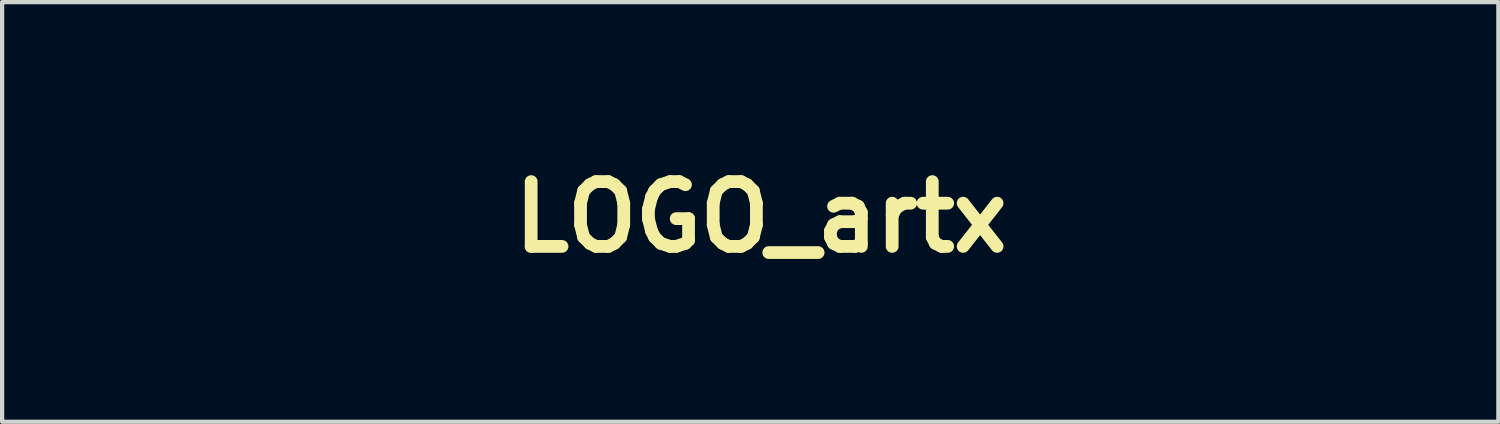
<source format=kicad_pcb>
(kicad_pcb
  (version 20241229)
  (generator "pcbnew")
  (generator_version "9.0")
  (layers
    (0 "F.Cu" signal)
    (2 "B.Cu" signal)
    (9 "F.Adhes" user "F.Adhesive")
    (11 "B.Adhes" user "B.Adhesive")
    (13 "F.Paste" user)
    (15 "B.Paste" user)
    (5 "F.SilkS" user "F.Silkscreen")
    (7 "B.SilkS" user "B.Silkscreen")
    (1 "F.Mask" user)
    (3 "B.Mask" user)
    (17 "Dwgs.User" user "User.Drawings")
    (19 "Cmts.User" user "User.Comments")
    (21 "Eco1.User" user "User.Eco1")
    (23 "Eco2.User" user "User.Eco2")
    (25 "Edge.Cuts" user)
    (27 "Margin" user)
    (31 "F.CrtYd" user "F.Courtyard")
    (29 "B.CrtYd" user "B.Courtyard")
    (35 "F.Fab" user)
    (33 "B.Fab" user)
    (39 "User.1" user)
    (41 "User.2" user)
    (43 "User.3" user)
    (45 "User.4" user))
  (footprint "LOGO_artx"
    (layer "F.Cu")
    (at 14.85 2.056)
    (property "Reference" "LOGO_artx" (at 0 0 0) (layer "F.SilkS") (effects (font (size 1.524 1.524) (thickness 0.3))))
    (attr board_only exclude_from_pos_files exclude_from_bom)
    (fp_poly (pts (xy -14.773 -1.539) (xy -14.774 -1.509) (xy -14.779 -1.503) (xy -14.807 -1.495) (xy -14.827 -1.512) (xy -14.841 -1.542) (xy -14.828 -1.558) (xy -14.796 -1.56)) (stroke (width 0) (type solid)) (fill yes) (layer "F.Mask"))
    (fp_poly (pts (xy -14.766 0.225) (xy -14.748 0.249) (xy -14.75 0.26) (xy -14.776 0.287) (xy -14.814 0.291) (xy -14.84 0.275) (xy -14.841 0.24) (xy -14.833 0.228) (xy -14.8 0.216)) (stroke (width 0) (type solid)) (fill yes) (layer "F.Mask"))
    (fp_poly (pts (xy -4.326 -1.728) (xy -4.28 -1.691) (xy -4.261 -1.665) (xy -4.248 -1.632) (xy -4.241 -1.583) (xy -4.238 -1.509) (xy -4.237 -1.415) (xy -4.237 -1.186) (xy -3.305 -1.186) (xy -3.305 -1.331) (xy -3.305 -1.356) (xy -3.114 -1.356) (xy -3.114 -0.826) (xy -1.525 -0.826) (xy -1.525 -0.996) (xy -1.335 -0.996) (xy -1.335 -0.72) (xy -1.059 -0.72) (xy -1.059 -0.996) (xy -1.335 -0.996) (xy -1.525 -0.996) (xy -1.525 -1.356) (xy -3.114 -1.356) (xy -3.305 -1.356) (xy -3.306 -1.381) (xy -3.306 -1.423) (xy -3.301 -1.457) (xy -3.289 -1.484) (xy -3.266 -1.505) (xy -3.227 -1.521) (xy -3.171 -1.532) (xy -3.092 -1.54) (xy -2.987 -1.544) (xy -2.854 -1.546) (xy -2.688 -1.547) (xy -2.486 -1.547) (xy -2.306 -1.546) (xy -2.068 -1.546) (xy -1.87 -1.545) (xy -1.708 -1.543) (xy -1.581 -1.541) (xy -1.485 -1.537) (xy -1.418 -1.533) (xy -1.377 -1.527) (xy -1.36 -1.521) (xy -1.346 -1.486) (xy -1.337 -1.418) (xy -1.335 -1.341) (xy -1.335 -1.186) (xy -1.155 -1.186) (xy -1.047 -1.183) (xy -0.973 -1.17) (xy -0.927 -1.139) (xy -0.902 -1.084) (xy -0.891 -0.999) (xy -0.89 -0.907) (xy -0.89 -0.72) (xy -0.702 -0.72) (xy -0.609 -0.719) (xy -0.548 -0.714) (xy -0.51 -0.703) (xy -0.483 -0.684) (xy -0.476 -0.677) (xy -0.462 -0.66) (xy -0.458 -0.643) (xy -0.465 -0.621) (xy -0.488 -0.589) (xy -0.53 -0.542) (xy -0.595 -0.475) (xy -0.686 -0.384) (xy -0.689 -0.38) (xy -0.789 -0.283) (xy -0.873 -0.206) (xy -0.937 -0.154) (xy -0.977 -0.129) (xy -0.984 -0.127) (xy -1.016 -0.142) (xy -1.072 -0.186) (xy -1.15 -0.256) (xy -1.245 -0.348) (xy -1.279 -0.381) (xy -1.447 -0.551) (xy -1.217 -0.551) (xy -1.102 -0.434) (xy -1.046 -0.379) (xy -1.001 -0.338) (xy -0.976 -0.318) (xy -0.974 -0.318) (xy -0.955 -0.332) (xy -0.914 -0.369) (xy -0.86 -0.422) (xy -0.847 -0.434) (xy -0.732 -0.551) (xy -1.217 -0.551) (xy -1.447 -0.551) (xy -1.531 -0.636) (xy -2.383 -0.636) (xy -2.605 -0.635) (xy -2.788 -0.635) (xy -2.937 -0.637) (xy -3.054 -0.64) (xy -3.143 -0.646) (xy -3.209 -0.655) (xy -3.254 -0.669) (xy -3.282 -0.689) (xy -3.298 -0.715) (xy -3.305 -0.748) (xy -3.306 -0.79) (xy -3.305 -0.84) (xy -3.305 -0.854) (xy -3.305 -0.996) (xy -4.237 -0.996) (xy -4.237 -0.767) (xy -4.238 -0.662) (xy -4.241 -0.592) (xy -4.249 -0.545) (xy -4.263 -0.513) (xy -4.28 -0.491) (xy -4.337 -0.452) (xy -4.391 -0.452) (xy -4.437 -0.492) (xy -4.447 -0.512) (xy -4.455 -0.544) (xy -4.461 -0.591) (xy -4.465 -0.66) (xy -4.468 -0.754) (xy -4.469 -0.88) (xy -4.47 -1.042) (xy -4.47 -1.096) (xy -4.47 -1.264) (xy -4.469 -1.395) (xy -4.467 -1.494) (xy -4.465 -1.567) (xy -4.46 -1.617) (xy -4.454 -1.651) (xy -4.445 -1.673) (xy -4.433 -1.689) (xy -4.428 -1.695) (xy -4.375 -1.732)) (stroke (width 0) (type solid)) (fill yes) (layer "F.Mask"))
    (fp_poly (pts (xy 10.477 -1.705) (xy 10.515 -1.677) (xy 10.531 -1.651) (xy 10.541 -1.61) (xy 10.547 -1.546) (xy 10.55 -1.451) (xy 10.55 -1.402) (xy 10.55 -1.165) (xy 11.482 -1.165) (xy 11.482 -1.324) (xy 11.483 -1.407) (xy 11.489 -1.458) (xy 11.502 -1.489) (xy 11.526 -1.511) (xy 11.53 -1.514) (xy 11.548 -1.522) (xy 11.576 -1.528) (xy 11.619 -1.534) (xy 11.681 -1.538) (xy 11.764 -1.541) (xy 11.874 -1.544) (xy 12.013 -1.546) (xy 12.186 -1.547) (xy 12.396 -1.548) (xy 12.486 -1.548) (xy 12.727 -1.548) (xy 12.929 -1.548) (xy 13.092 -1.546) (xy 13.22 -1.544) (xy 13.314 -1.54) (xy 13.377 -1.535) (xy 13.411 -1.53) (xy 13.417 -1.526) (xy 13.43 -1.495) (xy 13.442 -1.433) (xy 13.451 -1.353) (xy 13.452 -1.339) (xy 13.463 -1.176) (xy 13.642 -1.17) (xy 13.749 -1.164) (xy 13.822 -1.15) (xy 13.865 -1.121) (xy 13.888 -1.07) (xy 13.896 -0.989) (xy 13.897 -0.908) (xy 13.897 -0.72) (xy 14.072 -0.72) (xy 14.197 -0.713) (xy 14.284 -0.693) (xy 14.332 -0.659) (xy 14.342 -0.628) (xy 14.327 -0.604) (xy 14.287 -0.557) (xy 14.229 -0.494) (xy 14.157 -0.421) (xy 14.08 -0.343) (xy 14.001 -0.268) (xy 13.929 -0.2) (xy 13.869 -0.147) (xy 13.827 -0.114) (xy 13.811 -0.106) (xy 13.787 -0.12) (xy 13.739 -0.16) (xy 13.673 -0.22) (xy 13.594 -0.296) (xy 13.529 -0.36) (xy 13.337 -0.551) (xy 13.57 -0.551) (xy 13.685 -0.434) (xy 13.741 -0.379) (xy 13.785 -0.338) (xy 13.81 -0.318) (xy 13.812 -0.318) (xy 13.832 -0.332) (xy 13.873 -0.369) (xy 13.927 -0.422) (xy 13.939 -0.434) (xy 14.054 -0.551) (xy 13.57 -0.551) (xy 13.337 -0.551) (xy 13.275 -0.613) (xy 12.428 -0.614) (xy 12.203 -0.613) (xy 12.017 -0.614) (xy 11.865 -0.615) (xy 11.745 -0.618) (xy 11.653 -0.624) (xy 11.586 -0.634) (xy 11.538 -0.649) (xy 11.508 -0.668) (xy 11.49 -0.695) (xy 11.485 -0.72) (xy 13.45 -0.72) (xy 13.727 -0.72) (xy 13.727 -0.998) (xy 13.595 -0.991) (xy 13.463 -0.985) (xy 13.45 -0.72) (xy 11.485 -0.72) (xy 11.483 -0.728) (xy 11.481 -0.769) (xy 11.482 -0.819) (xy 11.482 -0.837) (xy 11.482 -0.996) (xy 10.55 -0.996) (xy 10.55 -0.755) (xy 10.549 -0.648) (xy 10.545 -0.575) (xy 10.538 -0.527) (xy 10.526 -0.498) (xy 10.511 -0.48) (xy 10.45 -0.448) (xy 10.389 -0.456) (xy 10.352 -0.484) (xy 10.341 -0.5) (xy 10.333 -0.525) (xy 10.327 -0.564) (xy 10.322 -0.622) (xy 10.319 -0.703) (xy 10.318 -0.814) (xy 10.317 -0.959) (xy 10.317 -1.004) (xy 11.676 -1.004) (xy 11.676 -0.919) (xy 11.678 -0.858) (xy 11.682 -0.833) (xy 11.692 -0.825) (xy 11.72 -0.819) (xy 11.768 -0.814) (xy 11.841 -0.811) (xy 11.941 -0.808) (xy 12.073 -0.806) (xy 12.239 -0.805) (xy 12.444 -0.805) (xy 12.477 -0.805) (xy 13.261 -0.805) (xy 13.261 -1.356) (xy 12.472 -1.351) (xy 11.683 -1.345) (xy 11.677 -1.103) (xy 11.676 -1.004) (xy 10.317 -1.004) (xy 10.317 -1.084) (xy 10.317 -1.254) (xy 10.318 -1.386) (xy 10.319 -1.487) (xy 10.322 -1.56) (xy 10.327 -1.61) (xy 10.333 -1.644) (xy 10.342 -1.665) (xy 10.353 -1.679) (xy 10.356 -1.681) (xy 10.416 -1.712)) (stroke (width 0) (type solid)) (fill yes) (layer "F.Mask"))
    (fp_poly (pts (xy 9.393 -2.028) (xy 9.418 -2.011) (xy 9.445 -1.979) (xy 9.486 -1.92) (xy 9.534 -1.844) (xy 9.585 -1.759) (xy 9.632 -1.676) (xy 9.671 -1.602) (xy 9.696 -1.548) (xy 9.702 -1.525) (xy 9.685 -1.481) (xy 9.646 -1.458) (xy 9.6 -1.465) (xy 9.595 -1.469) (xy 9.564 -1.501) (xy 9.523 -1.553) (xy 9.505 -1.578) (xy 9.448 -1.662) (xy 9.448 -1.476) (xy 9.449 -1.385) (xy 9.453 -1.325) (xy 9.464 -1.286) (xy 9.484 -1.255) (xy 9.51 -1.227) (xy 9.541 -1.198) (xy 9.571 -1.18) (xy 9.61 -1.17) (xy 9.669 -1.166) (xy 9.759 -1.165) (xy 9.775 -1.165) (xy 9.978 -1.165) (xy 9.978 -1.405) (xy 9.979 -1.513) (xy 9.982 -1.586) (xy 9.989 -1.634) (xy 10.001 -1.663) (xy 10.017 -1.681) (xy 10.073 -1.713) (xy 10.125 -1.703) (xy 10.155 -1.677) (xy 10.165 -1.661) (xy 10.174 -1.636) (xy 10.18 -1.597) (xy 10.184 -1.538) (xy 10.187 -1.456) (xy 10.189 -1.345) (xy 10.19 -1.199) (xy 10.19 -1.084) (xy 10.19 -0.916) (xy 10.189 -0.785) (xy 10.187 -0.686) (xy 10.184 -0.614) (xy 10.18 -0.564) (xy 10.173 -0.531) (xy 10.164 -0.509) (xy 10.153 -0.493) (xy 10.147 -0.487) (xy 10.091 -0.446) (xy 10.047 -0.446) (xy 10.013 -0.487) (xy 9.991 -0.568) (xy 9.979 -0.69) (xy 9.978 -0.767) (xy 9.978 -0.996) (xy 9.767 -0.996) (xy 9.668 -0.995) (xy 9.604 -0.991) (xy 9.565 -0.983) (xy 9.544 -0.969) (xy 9.534 -0.956) (xy 9.486 -0.906) (xy 9.414 -0.88) (xy 9.333 -0.878) (xy 9.253 -0.9) (xy 9.194 -0.943) (xy 9.172 -0.964) (xy 9.149 -0.978) (xy 9.116 -0.988) (xy 9.066 -0.993) (xy 8.991 -0.995) (xy 8.883 -0.996) (xy 8.851 -0.996) (xy 8.558 -0.996) (xy 8.558 -0.783) (xy 8.558 -0.69) (xy 8.553 -0.62) (xy 8.54 -0.572) (xy 8.515 -0.547) (xy 8.472 -0.544) (xy 8.407 -0.561) (xy 8.318 -0.599) (xy 8.197 -0.657) (xy 8.075 -0.718) (xy 7.958 -0.777) (xy 7.854 -0.828) (xy 7.77 -0.869) (xy 7.71 -0.898) (xy 7.681 -0.91) (xy 7.68 -0.911) (xy 7.674 -0.891) (xy 7.671 -0.84) (xy 7.669 -0.767) (xy 7.669 -0.753) (xy 7.668 -0.67) (xy 7.662 -0.619) (xy 7.649 -0.588) (xy 7.625 -0.566) (xy 7.615 -0.559) (xy 7.575 -0.537) (xy 7.547 -0.54) (xy 7.52 -0.562) (xy 7.486 -0.617) (xy 7.478 -0.686) (xy 7.478 -0.772) (xy 7.277 -0.573) (xy 7.077 -0.373) (xy 7.14 -0.346) (xy 7.188 -0.311) (xy 7.202 -0.267) (xy 7.181 -0.226) (xy 7.162 -0.213) (xy 7.119 -0.201) (xy 7.051 -0.193) (xy 6.985 -0.191) (xy 6.891 -0.196) (xy 6.83 -0.216) (xy 6.796 -0.258) (xy 6.781 -0.33) (xy 6.779 -0.403) (xy 6.779 -0.538) (xy 6.705 -0.466) (xy 6.655 -0.415) (xy 6.635 -0.383) (xy 6.645 -0.365) (xy 6.681 -0.352) (xy 6.732 -0.324) (xy 6.747 -0.28) (xy 6.724 -0.231) (xy 6.723 -0.23) (xy 6.691 -0.207) (xy 6.641 -0.195) (xy 6.561 -0.191) (xy 6.552 -0.191) (xy 6.454 -0.193) (xy 6.391 -0.206) (xy 6.355 -0.235) (xy 6.338 -0.289) (xy 6.334 -0.374) (xy 6.334 -0.396) (xy 6.337 -0.492) (xy 6.347 -0.555) (xy 6.366 -0.593) (xy 6.369 -0.596) (xy 6.411 -0.621) (xy 6.45 -0.61) (xy 6.476 -0.569) (xy 6.482 -0.525) (xy 6.482 -0.457) (xy 6.567 -0.54) (xy 6.614 -0.591) (xy 6.645 -0.632) (xy 6.652 -0.65) (xy 6.668 -0.676) (xy 6.678 -0.678) (xy 6.705 -0.692) (xy 6.751 -0.729) (xy 6.808 -0.781) (xy 6.813 -0.786) (xy 6.877 -0.845) (xy 6.922 -0.876) (xy 6.956 -0.883) (xy 6.965 -0.881) (xy 7.01 -0.854) (xy 7.017 -0.812) (xy 6.985 -0.755) (xy 6.959 -0.723) (xy 6.886 -0.642) (xy 6.963 -0.491) (xy 7.162 -0.69) (xy 7.252 -0.779) (xy 7.32 -0.839) (xy 7.369 -0.874) (xy 7.406 -0.886) (xy 7.435 -0.879) (xy 7.453 -0.864) (xy 7.469 -0.856) (xy 7.477 -0.881) (xy 7.478 -0.917) (xy 7.478 -0.994) (xy 7.976 -0.994) (xy 8.156 -0.9) (xy 8.235 -0.86) (xy 8.3 -0.828) (xy 8.342 -0.809) (xy 8.352 -0.806) (xy 8.361 -0.824) (xy 8.367 -0.872) (xy 8.368 -0.9) (xy 8.368 -0.996) (xy 7.976 -0.994) (xy 7.478 -0.994) (xy 7.478 -0.996) (xy 5.974 -0.996) (xy 5.974 -0.789) (xy 5.966 -0.619) (xy 5.943 -0.476) (xy 5.9 -0.347) (xy 5.855 -0.252) (xy 5.738 -0.081) (xy 5.589 0.065) (xy 5.413 0.181) (xy 5.21 0.267) (xy 5.058 0.307) (xy 5 0.319) (xy 5 1.394) (xy 5.122 1.525) (xy 13.728 1.525) (xy 13.723 1.16) (xy 13.717 0.794) (xy 13.018 0.794) (xy 13.012 0.937) (xy 13.005 1.08) (xy 13.194 1.08) (xy 13.289 1.082) (xy 13.351 1.088) (xy 13.39 1.099) (xy 13.416 1.118) (xy 13.417 1.119) (xy 13.44 1.154) (xy 13.43 1.187) (xy 13.424 1.195) (xy 13.407 1.211) (xy 13.379 1.222) (xy 13.333 1.228) (xy 13.26 1.23) (xy 13.153 1.23) (xy 13.144 1.23) (xy 13.033 1.229) (xy 12.956 1.225) (xy 12.907 1.217) (xy 12.878 1.206) (xy 12.864 1.193) (xy 12.85 1.151) (xy 12.841 1.081) (xy 12.836 0.992) (xy 12.837 0.896) (xy 12.842 0.804) (xy 12.851 0.728) (xy 12.865 0.678) (xy 12.871 0.669) (xy 12.887 0.658) (xy 12.915 0.649) (xy 12.96 0.643) (xy 13.027 0.639) (xy 13.122 0.637) (xy 13.249 0.636) (xy 13.379 0.636) (xy 13.533 0.636) (xy 13.65 0.637) (xy 13.735 0.639) (xy 13.794 0.642) (xy 13.833 0.648) (xy 13.856 0.656) (xy 13.869 0.667) (xy 13.875 0.677) (xy 13.883 0.712) (xy 13.889 0.782) (xy 13.894 0.876) (xy 13.897 0.989) (xy 13.898 1.113) (xy 13.897 1.239) (xy 13.895 1.361) (xy 13.891 1.47) (xy 13.886 1.56) (xy 13.879 1.622) (xy 13.871 1.648) (xy 13.859 1.651) (xy 13.828 1.654) (xy 13.776 1.657) (xy 13.703 1.659) (xy 13.607 1.661) (xy 13.486 1.663) (xy 13.339 1.665) (xy 13.165 1.667) (xy 12.963 1.668) (xy 12.731 1.669) (xy 12.468 1.67) (xy 12.172 1.671) (xy 11.842 1.672) (xy 11.477 1.673) (xy 11.076 1.673) (xy 10.637 1.673) (xy 10.158 1.673) (xy 9.638 1.674) (xy 9.493 1.674) (xy 5.139 1.674) (xy 5.073 1.738) (xy 4.999 1.789) (xy 4.918 1.814) (xy 4.843 1.809) (xy 4.819 1.798) (xy 4.774 1.765) (xy 4.729 1.724) (xy 4.68 1.674) (xy 2.545 1.674) (xy 2.178 1.673) (xy 1.851 1.673) (xy 1.563 1.672) (xy 1.312 1.672) (xy 1.095 1.67) (xy 0.911 1.669) (xy 0.758 1.667) (xy 0.634 1.664) (xy 0.538 1.662) (xy 0.466 1.659) (xy 0.418 1.655) (xy 0.392 1.651) (xy 0.386 1.648) (xy 0.376 1.624) (xy 0.369 1.571) (xy 0.364 1.486) (xy 0.361 1.365) (xy 0.36 1.206) (xy 0.36 1.155) (xy 0.361 0.984) (xy 0.363 0.853) (xy 0.368 0.758) (xy 0.374 0.697) (xy 0.383 0.665) (xy 0.386 0.661) (xy 0.409 0.652) (xy 0.463 0.645) (xy 0.548 0.64) (xy 0.669 0.637) (xy 0.828 0.636) (xy 0.88 0.636) (xy 1.045 0.635) (xy 1.173 0.636) (xy 1.267 0.642) (xy 1.334 0.653) (xy 1.378 0.674) (xy 1.404 0.707) (xy 1.416 0.754) (xy 1.42 0.819) (xy 1.419 0.903) (xy 1.419 0.93) (xy 1.418 1.048) (xy 1.412 1.13) (xy 1.396 1.182) (xy 1.367 1.212) (xy 1.321 1.225) (xy 1.253 1.229) (xy 1.231 1.229) (xy 1.142 1.232) (xy 1.082 1.244) (xy 1.038 1.267) (xy 1.032 1.271) (xy 0.954 1.306) (xy 0.884 1.313) (xy 0.801 1.302) (xy 0.75 1.266) (xy 0.724 1.2) (xy 0.72 1.14) (xy 0.731 1.057) (xy 0.766 1.005) (xy 0.831 0.979) (xy 0.895 0.974) (xy 0.963 0.98) (xy 1.007 1) (xy 1.034 1.027) (xy 1.076 1.065) (xy 1.132 1.079) (xy 1.163 1.08) (xy 1.25 1.08) (xy 1.25 0.784) (xy 0.53 0.784) (xy 0.53 1.525) (xy 4.695 1.525) (xy 4.762 1.455) (xy 4.83 1.386) (xy 4.83 0.319) (xy 4.782 0.309) (xy 4.729 0.299) (xy 4.662 0.287) (xy 4.657 0.287) (xy 4.571 0.262) (xy 4.467 0.217) (xy 4.356 0.157) (xy 4.286 0.111) (xy 5 0.111) (xy 5.084 0.098) (xy 5.153 0.081) (xy 5.236 0.052) (xy 5.28 0.034) (xy 5.362 -0.01) (xy 5.444 -0.065) (xy 5.476 -0.092) (xy 5.561 -0.168) (xy 5.28 -0.169) (xy 5 -0.169) (xy 5 0.111) (xy 4.286 0.111) (xy 4.253 0.09) (xy 4.184 0.035) (xy 4.064 -0.096) (xy 4.032 -0.147) (xy 4.274 -0.147) (xy 4.281 -0.136) (xy 4.346 -0.076) (xy 4.439 -0.016) (xy 4.544 0.038) (xy 4.651 0.08) (xy 4.743 0.103) (xy 4.772 0.105) (xy 4.803 0.104) (xy 4.82 0.092) (xy 4.828 0.061) (xy 4.83 0.000039) (xy 4.83 -0.032) (xy 4.83 -0.169) (xy 4.541 -0.169) (xy 4.426 -0.169) (xy 4.348 -0.167) (xy 4.3 -0.164) (xy 4.277 -0.157) (xy 4.274 -0.147) (xy 4.032 -0.147) (xy 3.96 -0.262) (xy 3.927 -0.339) (xy 4.131 -0.339) (xy 4.138 -0.318) (xy 4.14 -0.318) (xy 4.158 -0.333) (xy 4.163 -0.339) (xy 5.635 -0.339) (xy 5.651 -0.318) (xy 5.656 -0.318) (xy 5.677 -0.334) (xy 5.677 -0.339) (xy 5.661 -0.36) (xy 5.656 -0.36) (xy 5.636 -0.344) (xy 5.635 -0.339) (xy 4.163 -0.339) (xy 4.161 -0.358) (xy 4.153 -0.36) (xy 4.132 -0.345) (xy 4.131 -0.339) (xy 3.927 -0.339) (xy 3.885 -0.435) (xy 3.859 -0.518) (xy 3.843 -0.598) (xy 3.836 -0.693) (xy 3.835 -0.751) (xy 4.028 -0.751) (xy 4.035 -0.666) (xy 4.044 -0.6) (xy 4.057 -0.566) (xy 4.08 -0.553) (xy 4.121 -0.551) (xy 4.194 -0.551) (xy 4.194 -0.733) (xy 4.364 -0.733) (xy 4.364 -0.551) (xy 4.423 -0.551) (xy 4.499 -0.537) (xy 4.541 -0.499) (xy 4.55 -0.437) (xy 4.548 -0.427) (xy 4.542 -0.381) (xy 4.557 -0.363) (xy 4.597 -0.36) (xy 4.639 -0.364) (xy 4.652 -0.383) (xy 4.646 -0.427) (xy 4.65 -0.492) (xy 4.688 -0.534) (xy 4.757 -0.551) (xy 4.762 -0.551) (xy 5.002 -0.551) (xy 5.054 -0.551) (xy 5.116 -0.534) (xy 5.161 -0.492) (xy 5.18 -0.436) (xy 5.178 -0.413) (xy 5.173 -0.375) (xy 5.195 -0.361) (xy 5.222 -0.36) (xy 5.262 -0.365) (xy 5.271 -0.388) (xy 5.266 -0.416) (xy 5.268 -0.478) (xy 5.305 -0.526) (xy 5.367 -0.55) (xy 5.384 -0.551) (xy 5.444 -0.551) (xy 5.444 -0.727) (xy 5.593 -0.727) (xy 5.593 -0.553) (xy 5.672 -0.547) (xy 5.728 -0.548) (xy 5.764 -0.558) (xy 5.767 -0.561) (xy 5.774 -0.591) (xy 5.78 -0.652) (xy 5.783 -0.732) (xy 5.783 -0.756) (xy 5.782 -0.861) (xy 5.775 -0.93) (xy 5.762 -0.971) (xy 5.74 -0.991) (xy 5.708 -0.996) (xy 5.657 -0.982) (xy 5.622 -0.94) (xy 5.601 -0.865) (xy 5.593 -0.753) (xy 5.593 -0.727) (xy 5.444 -0.727) (xy 5.444 -0.74) (xy 5.442 -0.847) (xy 5.429 -0.919) (xy 5.4 -0.963) (xy 5.347 -0.986) (xy 5.264 -0.994) (xy 5.18 -0.994) (xy 5.097 -0.992) (xy 5.054 -0.988) (xy 5.046 -0.98) (xy 5.058 -0.974) (xy 5.095 -0.953) (xy 5.113 -0.924) (xy 5.113 -0.879) (xy 5.095 -0.809) (xy 5.066 -0.724) (xy 5.002 -0.551) (xy 4.762 -0.551) (xy 4.8 -0.56) (xy 4.804 -0.577) (xy 4.762 -0.697) (xy 4.733 -0.784) (xy 4.715 -0.844) (xy 4.708 -0.883) (xy 4.709 -0.909) (xy 4.716 -0.928) (xy 4.717 -0.928) (xy 4.755 -0.961) (xy 4.785 -0.971) (xy 4.82 -0.989) (xy 4.83 -1.035) (xy 4.83 -1.035) (xy 4.843 -1.097) (xy 4.863 -1.139) (xy 4.88 -1.175) (xy 4.874 -1.181) (xy 5.07 -1.181) (xy 5.09 -1.17) (xy 5.138 -1.166) (xy 5.2 -1.165) (xy 5.279 -1.168) (xy 5.346 -1.177) (xy 5.382 -1.187) (xy 5.415 -1.217) (xy 5.423 -1.24) (xy 5.415 -1.256) (xy 5.384 -1.266) (xy 5.324 -1.27) (xy 5.254 -1.271) (xy 5.175 -1.269) (xy 5.116 -1.263) (xy 5.086 -1.254) (xy 5.084 -1.252) (xy 5.077 -1.216) (xy 5.071 -1.199) (xy 5.07 -1.181) (xy 4.874 -1.181) (xy 4.87 -1.185) (xy 4.839 -1.17) (xy 4.809 -1.144) (xy 4.763 -1.112) (xy 4.725 -1.102) (xy 4.688 -1.115) (xy 4.659 -1.146) (xy 4.65 -1.179) (xy 4.66 -1.197) (xy 4.68 -1.228) (xy 4.682 -1.241) (xy 4.672 -1.257) (xy 4.637 -1.267) (xy 4.57 -1.271) (xy 4.537 -1.271) (xy 4.462 -1.269) (xy 4.406 -1.264) (xy 4.379 -1.258) (xy 4.379 -1.258) (xy 4.381 -1.234) (xy 4.405 -1.194) (xy 4.407 -1.191) (xy 4.443 -1.114) (xy 4.44 -1.033) (xy 4.406 -0.969) (xy 4.385 -0.933) (xy 4.372 -0.888) (xy 4.365 -0.822) (xy 4.364 -0.733) (xy 4.194 -0.733) (xy 4.194 -0.734) (xy 4.19 -0.85) (xy 4.174 -0.929) (xy 4.145 -0.976) (xy 4.102 -0.995) (xy 4.087 -0.996) (xy 4.061 -0.976) (xy 4.041 -0.923) (xy 4.03 -0.845) (xy 4.028 -0.751) (xy 3.835 -0.751) (xy 3.834 -0.785) (xy 3.834 -0.996) (xy 3.585 -0.996) (xy 3.479 -0.995) (xy 3.406 -0.993) (xy 3.358 -0.987) (xy 3.324 -0.975) (xy 3.296 -0.956) (xy 3.268 -0.931) (xy 3.219 -0.873) (xy 3.2 -0.815) (xy 3.199 -0.793) (xy 3.199 -0.72) (xy 3.385 -0.72) (xy 3.503 -0.716) (xy 3.583 -0.703) (xy 3.627 -0.679) (xy 3.64 -0.643) (xy 3.636 -0.622) (xy 3.616 -0.592) (xy 3.572 -0.541) (xy 3.511 -0.475) (xy 3.438 -0.4) (xy 3.36 -0.322) (xy 3.283 -0.248) (xy 3.214 -0.184) (xy 3.158 -0.135) (xy 3.121 -0.109) (xy 3.113 -0.106) (xy 3.089 -0.12) (xy 3.041 -0.16) (xy 2.975 -0.22) (xy 2.895 -0.296) (xy 2.83 -0.36) (xy 2.639 -0.551) (xy 2.872 -0.551) (xy 2.998 -0.424) (xy 3.055 -0.366) (xy 3.099 -0.322) (xy 3.122 -0.299) (xy 3.125 -0.297) (xy 3.139 -0.31) (xy 3.176 -0.348) (xy 3.229 -0.401) (xy 3.252 -0.424) (xy 3.378 -0.551) (xy 2.872 -0.551) (xy 2.639 -0.551) (xy 2.576 -0.614) (xy 0.978 -0.614) (xy 0.74 -0.371) (xy 0.656 -0.287) (xy 0.58 -0.214) (xy 0.518 -0.158) (xy 0.474 -0.123) (xy 0.46 -0.115) (xy 0.438 -0.116) (xy 0.406 -0.132) (xy 0.36 -0.168) (xy 0.296 -0.226) (xy 0.208 -0.311) (xy 0.166 -0.353) (xy 0.083 -0.438) (xy 0.012 -0.514) (xy -0.019 -0.551) (xy 0.182 -0.551) (xy 0.297 -0.434) (xy 0.354 -0.379) (xy 0.402 -0.338) (xy 0.431 -0.318) (xy 0.434 -0.318) (xy 0.459 -0.332) (xy 0.504 -0.369) (xy 0.56 -0.423) (xy 0.572 -0.434) (xy 0.687 -0.551) (xy 0.182 -0.551) (xy -0.019 -0.551) (xy -0.042 -0.577) (xy -0.073 -0.619) (xy -0.08 -0.635) (xy -0.051 -0.675) (xy 0.017 -0.703) (xy 0.121 -0.718) (xy 0.196 -0.72) (xy 0.36 -0.72) (xy 0.36 -0.908) (xy 0.362 -0.996) (xy 0.53 -0.996) (xy 0.53 -0.72) (xy 0.784 -0.72) (xy 0.784 -0.996) (xy 0.53 -0.996) (xy 0.362 -0.996) (xy 0.362 -1.004) (xy 0.978 -1.004) (xy 0.978 -0.919) (xy 0.98 -0.858) (xy 0.984 -0.833) (xy 0.994 -0.825) (xy 1.02 -0.819) (xy 1.066 -0.815) (xy 1.135 -0.811) (xy 1.23 -0.809) (xy 1.357 -0.809) (xy 1.517 -0.809) (xy 1.715 -0.81) (xy 1.784 -0.81) (xy 2.574 -0.816) (xy 2.574 -0.996) (xy 2.775 -0.996) (xy 2.775 -0.72) (xy 3.051 -0.72) (xy 3.051 -0.788) (xy 3.032 -0.861) (xy 2.983 -0.928) (xy 2.917 -0.977) (xy 2.845 -0.996) (xy 2.775 -0.996) (xy 2.574 -0.996) (xy 2.574 -1.345) (xy 0.985 -1.345) (xy 0.979 -1.103) (xy 0.978 -1.004) (xy 0.362 -1.004) (xy 0.362 -1.016) (xy 0.374 -1.088) (xy 0.402 -1.133) (xy 0.452 -1.156) (xy 0.532 -1.164) (xy 0.611 -1.165) (xy 0.784 -1.165) (xy 0.784 -1.308) (xy 0.787 -1.392) (xy 0.797 -1.447) (xy 0.817 -1.487) (xy 0.832 -1.504) (xy 0.879 -1.557) (xy 1.797 -1.546) (xy 2.027 -1.544) (xy 2.217 -1.542) (xy 2.373 -1.539) (xy 2.497 -1.535) (xy 2.592 -1.529) (xy 2.663 -1.52) (xy 2.714 -1.506) (xy 2.747 -1.488) (xy 2.766 -1.464) (xy 2.775 -1.434) (xy 2.777 -1.396) (xy 2.776 -1.349) (xy 2.775 -1.309) (xy 2.775 -1.165) (xy 2.841 -1.165) (xy 2.917 -1.185) (xy 2.98 -1.229) (xy 3.036 -1.268) (xy 3.09 -1.29) (xy 3.105 -1.292) (xy 3.179 -1.277) (xy 3.255 -1.24) (xy 3.304 -1.198) (xy 3.323 -1.184) (xy 3.357 -1.175) (xy 3.413 -1.169) (xy 3.499 -1.166) (xy 3.612 -1.165) (xy 3.894 -1.165) (xy 3.909 -1.192) (xy 4.135 -1.192) (xy 4.142 -1.192) (xy 4.164 -1.212) (xy 4.189 -1.244) (xy 4.19 -1.262) (xy 4.172 -1.255) (xy 4.151 -1.225) (xy 4.135 -1.192) (xy 3.909 -1.192) (xy 3.956 -1.276) (xy 5.593 -1.276) (xy 5.604 -1.248) (xy 5.628 -1.208) (xy 5.657 -1.18) (xy 5.673 -1.185) (xy 5.67 -1.218) (xy 5.657 -1.249) (xy 5.63 -1.282) (xy 5.605 -1.293) (xy 5.593 -1.277) (xy 5.593 -1.276) (xy 3.956 -1.276) (xy 3.962 -1.287) (xy 4.046 -1.408) (xy 4.089 -1.456) (xy 4.362 -1.456) (xy 4.398 -1.445) (xy 4.475 -1.441) (xy 4.52 -1.441) (xy 4.609 -1.441) (xy 4.663 -1.445) (xy 4.691 -1.453) (xy 4.702 -1.468) (xy 4.703 -1.481) (xy 4.719 -1.522) (xy 4.757 -1.563) (xy 4.802 -1.592) (xy 4.84 -1.597) (xy 4.874 -1.568) (xy 4.881 -1.556) (xy 4.899 -1.537) (xy 4.938 -1.543) (xy 4.948 -1.547) (xy 5.01 -1.555) (xy 5.054 -1.524) (xy 5.074 -1.481) (xy 5.085 -1.462) (xy 5.107 -1.45) (xy 5.149 -1.444) (xy 5.22 -1.441) (xy 5.282 -1.441) (xy 5.476 -1.442) (xy 5.413 -1.494) (xy 5.291 -1.569) (xy 5.145 -1.619) (xy 4.983 -1.643) (xy 4.816 -1.641) (xy 4.651 -1.612) (xy 4.5 -1.555) (xy 4.496 -1.553) (xy 4.411 -1.508) (xy 4.366 -1.476) (xy 4.362 -1.456) (xy 4.089 -1.456) (xy 4.155 -1.529) (xy 4.278 -1.637) (xy 4.402 -1.72) (xy 4.43 -1.735) (xy 4.618 -1.805) (xy 4.813 -1.838) (xy 5.009 -1.835) (xy 5.201 -1.799) (xy 5.383 -1.73) (xy 5.55 -1.632) (xy 5.695 -1.505) (xy 5.813 -1.351) (xy 5.843 -1.298) (xy 5.913 -1.165) (xy 7.478 -1.165) (xy 7.478 -1.167) (xy 7.976 -1.167) (xy 8.368 -1.165) (xy 8.368 -1.26) (xy 8.365 -1.317) (xy 8.357 -1.351) (xy 8.352 -1.355) (xy 8.327 -1.345) (xy 8.274 -1.32) (xy 8.202 -1.284) (xy 8.156 -1.26) (xy 7.976 -1.167) (xy 7.478 -1.167) (xy 7.478 -1.363) (xy 7.479 -1.459) (xy 7.484 -1.523) (xy 7.494 -1.563) (xy 7.511 -1.59) (xy 7.52 -1.599) (xy 7.553 -1.624) (xy 7.581 -1.622) (xy 7.615 -1.602) (xy 7.643 -1.58) (xy 7.659 -1.553) (xy 7.666 -1.509) (xy 7.669 -1.437) (xy 7.669 -1.408) (xy 7.67 -1.332) (xy 7.674 -1.276) (xy 7.679 -1.251) (xy 7.68 -1.25) (xy 7.701 -1.259) (xy 7.754 -1.284) (xy 7.834 -1.323) (xy 7.934 -1.372) (xy 8.048 -1.429) (xy 8.075 -1.442) (xy 8.223 -1.516) (xy 8.337 -1.57) (xy 8.421 -1.604) (xy 8.481 -1.618) (xy 8.521 -1.61) (xy 8.544 -1.581) (xy 8.555 -1.53) (xy 8.558 -1.455) (xy 8.558 -1.377) (xy 8.558 -1.165) (xy 8.85 -1.166) (xy 9.141 -1.166) (xy 9.211 -1.23) (xy 9.28 -1.293) (xy 9.274 -1.478) (xy 9.268 -1.663) (xy 9.231 -1.595) (xy 9.178 -1.515) (xy 9.126 -1.468) (xy 9.079 -1.457) (xy 9.066 -1.462) (xy 9.03 -1.493) (xy 9.018 -1.511) (xy 9.024 -1.539) (xy 9.049 -1.596) (xy 9.089 -1.673) (xy 9.139 -1.763) (xy 9.15 -1.781) (xy 9.219 -1.894) (xy 9.274 -1.971) (xy 9.318 -2.017) (xy 9.357 -2.035)) (stroke (width 0) (type solid)) (fill yes) (layer "F.Mask"))
    (fp_poly (pts (xy -5.383 -2.046) (xy -5.36 -2.02) (xy -5.323 -1.966) (xy -5.277 -1.893) (xy -5.227 -1.809) (xy -5.179 -1.724) (xy -5.136 -1.644) (xy -5.104 -1.58) (xy -5.089 -1.54) (xy -5.088 -1.533) (xy -5.111 -1.494) (xy -5.133 -1.475) (xy -5.163 -1.465) (xy -5.194 -1.481) (xy -5.228 -1.516) (xy -5.272 -1.569) (xy -5.306 -1.616) (xy -5.311 -1.622) (xy -5.323 -1.636) (xy -5.331 -1.623) (xy -5.335 -1.581) (xy -5.337 -1.502) (xy -5.337 -1.484) (xy -5.337 -1.395) (xy -5.332 -1.336) (xy -5.321 -1.297) (xy -5.3 -1.266) (xy -5.282 -1.246) (xy -5.253 -1.218) (xy -5.225 -1.201) (xy -5.186 -1.191) (xy -5.127 -1.187) (xy -5.038 -1.186) (xy -5.017 -1.186) (xy -4.809 -1.186) (xy -4.809 -1.415) (xy -4.803 -1.557) (xy -4.786 -1.659) (xy -4.758 -1.72) (xy -4.719 -1.741) (xy -4.669 -1.721) (xy -4.639 -1.695) (xy -4.626 -1.68) (xy -4.616 -1.66) (xy -4.609 -1.632) (xy -4.604 -1.588) (xy -4.6 -1.524) (xy -4.598 -1.436) (xy -4.597 -1.317) (xy -4.597 -1.162) (xy -4.597 -1.106) (xy -4.597 -0.935) (xy -4.599 -0.801) (xy -4.601 -0.7) (xy -4.605 -0.626) (xy -4.61 -0.574) (xy -4.618 -0.539) (xy -4.628 -0.517) (xy -4.63 -0.513) (xy -4.678 -0.473) (xy -4.731 -0.473) (xy -4.774 -0.505) (xy -4.79 -0.532) (xy -4.801 -0.574) (xy -4.807 -0.641) (xy -4.809 -0.739) (xy -4.809 -0.77) (xy -4.809 -0.996) (xy -5.017 -0.996) (xy -5.114 -0.995) (xy -5.178 -0.991) (xy -5.22 -0.983) (xy -5.248 -0.968) (xy -5.274 -0.943) (xy -5.275 -0.943) (xy -5.341 -0.901) (xy -5.424 -0.886) (xy -5.508 -0.898) (xy -5.578 -0.937) (xy -5.584 -0.943) (xy -5.607 -0.964) (xy -5.631 -0.978) (xy -5.664 -0.988) (xy -5.715 -0.993) (xy -5.79 -0.995) (xy -5.898 -0.996) (xy -5.933 -0.996) (xy -6.228 -0.996) (xy -6.228 -0.799) (xy -6.231 -0.69) (xy -6.24 -0.618) (xy -6.258 -0.575) (xy -6.287 -0.555) (xy -6.317 -0.551) (xy -6.347 -0.56) (xy -6.409 -0.586) (xy -6.495 -0.625) (xy -6.6 -0.674) (xy -6.717 -0.732) (xy -6.737 -0.742) (xy -7.118 -0.932) (xy -7.118 -0.775) (xy -7.124 -0.669) (xy -7.142 -0.599) (xy -7.175 -0.561) (xy -7.221 -0.551) (xy -7.271 -0.567) (xy -7.3 -0.616) (xy -7.309 -0.698) (xy -7.309 -0.794) (xy -7.51 -0.593) (xy -7.584 -0.518) (xy -7.646 -0.454) (xy -7.69 -0.406) (xy -7.71 -0.38) (xy -7.711 -0.378) (xy -7.693 -0.363) (xy -7.666 -0.356) (xy -7.615 -0.334) (xy -7.59 -0.295) (xy -7.599 -0.252) (xy -7.604 -0.245) (xy -7.631 -0.227) (xy -7.681 -0.216) (xy -7.761 -0.212) (xy -7.798 -0.212) (xy -7.893 -0.215) (xy -7.955 -0.228) (xy -7.989 -0.26) (xy -8.004 -0.317) (xy -8.008 -0.406) (xy -8.008 -0.416) (xy -8.008 -0.538) (xy -8.082 -0.466) (xy -8.134 -0.411) (xy -8.153 -0.378) (xy -8.141 -0.363) (xy -8.116 -0.36) (xy -8.064 -0.344) (xy -8.04 -0.304) (xy -8.049 -0.256) (xy -8.066 -0.233) (xy -8.094 -0.22) (xy -8.142 -0.214) (xy -8.222 -0.212) (xy -8.237 -0.212) (xy -8.33 -0.215) (xy -8.396 -0.225) (xy -8.427 -0.237) (xy -8.443 -0.275) (xy -8.452 -0.341) (xy -8.454 -0.42) (xy -8.45 -0.501) (xy -8.439 -0.569) (xy -8.423 -0.612) (xy -8.419 -0.616) (xy -8.376 -0.631) (xy -8.336 -0.609) (xy -8.308 -0.558) (xy -8.304 -0.543) (xy -8.299 -0.521) (xy -8.288 -0.512) (xy -8.268 -0.521) (xy -8.234 -0.55) (xy -8.179 -0.602) (xy -8.103 -0.679) (xy -8.01 -0.771) (xy -7.941 -0.837) (xy -7.892 -0.878) (xy -7.856 -0.898) (xy -7.83 -0.902) (xy -7.809 -0.891) (xy -7.805 -0.889) (xy -7.777 -0.842) (xy -7.787 -0.782) (xy -7.833 -0.715) (xy -7.839 -0.709) (xy -7.904 -0.642) (xy -7.866 -0.576) (xy -7.828 -0.51) (xy -7.624 -0.711) (xy -7.535 -0.798) (xy -7.469 -0.857) (xy -7.424 -0.892) (xy -7.393 -0.907) (xy -7.373 -0.903) (xy -7.362 -0.89) (xy -7.336 -0.868) (xy -7.317 -0.884) (xy -7.309 -0.932) (xy -7.309 -0.994) (xy -6.79 -0.994) (xy -6.61 -0.9) (xy -6.532 -0.86) (xy -6.47 -0.829) (xy -6.432 -0.81) (xy -6.424 -0.806) (xy -6.421 -0.824) (xy -6.419 -0.872) (xy -6.419 -0.9) (xy -6.419 -0.996) (xy -6.79 -0.994) (xy -7.309 -0.994) (xy -7.309 -0.996) (xy -8.813 -0.996) (xy -8.813 -0.795) (xy -8.822 -0.608) (xy -8.852 -0.448) (xy -8.908 -0.307) (xy -8.993 -0.172) (xy -9.104 -0.041) (xy -9.264 0.102) (xy -9.443 0.207) (xy -9.637 0.275) (xy -9.777 0.31) (xy -9.782 0.847) (xy -9.788 1.384) (xy -9.731 1.444) (xy -9.673 1.504) (xy -1.059 1.504) (xy -1.059 0.784) (xy -1.779 0.784) (xy -1.779 1.059) (xy -1.592 1.059) (xy -1.499 1.061) (xy -1.437 1.066) (xy -1.399 1.077) (xy -1.372 1.095) (xy -1.366 1.102) (xy -1.341 1.135) (xy -1.345 1.16) (xy -1.366 1.186) (xy -1.388 1.205) (xy -1.417 1.217) (xy -1.463 1.224) (xy -1.533 1.228) (xy -1.638 1.229) (xy -1.642 1.229) (xy -1.761 1.228) (xy -1.844 1.221) (xy -1.898 1.201) (xy -1.93 1.163) (xy -1.944 1.1) (xy -1.949 1.005) (xy -1.949 0.918) (xy -1.948 0.812) (xy -1.944 0.74) (xy -1.937 0.694) (xy -1.924 0.665) (xy -1.91 0.649) (xy -1.874 0.636) (xy -1.804 0.626) (xy -1.708 0.618) (xy -1.593 0.613) (xy -1.467 0.611) (xy -1.338 0.611) (xy -1.215 0.614) (xy -1.105 0.62) (xy -1.016 0.628) (xy -0.955 0.639) (xy -0.937 0.647) (xy -0.921 0.659) (xy -0.91 0.675) (xy -0.901 0.699) (xy -0.896 0.739) (xy -0.892 0.798) (xy -0.891 0.883) (xy -0.89 1) (xy -0.89 1.142) (xy -0.89 1.294) (xy -0.891 1.41) (xy -0.893 1.495) (xy -0.898 1.554) (xy -0.904 1.593) (xy -0.913 1.618) (xy -0.924 1.635) (xy -0.928 1.639) (xy -0.935 1.643) (xy -0.947 1.646) (xy -0.966 1.65) (xy -0.993 1.653) (xy -1.03 1.656) (xy -1.08 1.658) (xy -1.143 1.661) (xy -1.222 1.663) (xy -1.317 1.665) (xy -1.432 1.666) (xy -1.566 1.668) (xy -1.723 1.669) (xy -1.904 1.67) (xy -2.111 1.671) (xy -2.345 1.672) (xy -2.607 1.672) (xy -2.901 1.673) (xy -3.227 1.673) (xy -3.587 1.673) (xy -3.983 1.673) (xy -4.416 1.673) (xy -4.889 1.674) (xy -5.32 1.674) (xy -9.673 1.674) (xy -9.734 1.737) (xy -9.785 1.78) (xy -9.841 1.798) (xy -9.889 1.801) (xy -9.958 1.794) (xy -10.008 1.769) (xy -10.041 1.737) (xy -10.101 1.674) (xy -12.238 1.674) (xy -12.606 1.673) (xy -12.933 1.673) (xy -13.221 1.672) (xy -13.473 1.672) (xy -13.69 1.67) (xy -13.874 1.669) (xy -14.027 1.667) (xy -14.152 1.664) (xy -14.248 1.662) (xy -14.32 1.659) (xy -14.368 1.655) (xy -14.395 1.651) (xy -14.401 1.648) (xy -14.41 1.624) (xy -14.417 1.571) (xy -14.422 1.486) (xy -14.425 1.365) (xy -14.426 1.206) (xy -14.427 1.154) (xy -14.426 1) (xy -14.425 0.883) (xy -14.423 0.797) (xy -14.419 0.736) (xy -14.413 0.696) (xy -14.404 0.671) (xy -14.393 0.654) (xy -14.388 0.649) (xy -14.37 0.638) (xy -14.342 0.629) (xy -14.298 0.622) (xy -14.234 0.618) (xy -14.142 0.616) (xy -14.018 0.615) (xy -13.901 0.614) (xy -13.737 0.614) (xy -13.61 0.616) (xy -13.516 0.622) (xy -13.45 0.635) (xy -13.407 0.659) (xy -13.382 0.696) (xy -13.371 0.749) (xy -13.367 0.82) (xy -13.367 0.914) (xy -13.367 0.929) (xy -13.368 1.045) (xy -13.375 1.126) (xy -13.395 1.179) (xy -13.434 1.21) (xy -13.498 1.224) (xy -13.594 1.228) (xy -13.678 1.229) (xy -13.782 1.228) (xy -13.853 1.225) (xy -13.898 1.218) (xy -13.928 1.205) (xy -13.95 1.186) (xy -13.952 1.184) (xy -13.978 1.151) (xy -13.975 1.129) (xy -13.942 1.1) (xy -13.907 1.079) (xy -13.86 1.066) (xy -13.789 1.06) (xy -13.714 1.059) (xy -13.537 1.059) (xy -13.537 0.783) (xy -13.902 0.789) (xy -14.268 0.794) (xy -14.273 1.149) (xy -14.279 1.504) (xy -10.103 1.504) (xy -10.03 1.446) (xy -9.957 1.388) (xy -9.957 0.853) (xy -9.957 0.319) (xy -10.047 0.296) (xy -10.124 0.276) (xy -10.199 0.256) (xy -10.211 0.253) (xy -10.324 0.209) (xy -10.448 0.135) (xy -10.571 0.04) (xy -10.684 -0.067) (xy -10.774 -0.174) (xy -10.529 -0.174) (xy -10.512 -0.15) (xy -10.469 -0.112) (xy -10.409 -0.067) (xy -10.343 -0.022) (xy -10.279 0.015) (xy -10.243 0.033) (xy -10.149 0.065) (xy -10.037 0.092) (xy -9.973 0.104) (xy -9.965 0.085) (xy -9.959 0.035) (xy -9.957 -0.036) (xy -9.957 -0.042) (xy -9.957 -0.191) (xy -9.787 -0.191) (xy -9.787 0.085) (xy -9.715 0.085) (xy -9.652 0.076) (xy -9.575 0.054) (xy -9.541 0.041) (xy -9.478 0.01) (xy -9.407 -0.033) (xy -9.338 -0.08) (xy -9.281 -0.124) (xy -9.244 -0.159) (xy -9.236 -0.174) (xy -9.256 -0.18) (xy -9.311 -0.185) (xy -9.392 -0.189) (xy -9.491 -0.191) (xy -9.512 -0.191) (xy -9.787 -0.191) (xy -9.957 -0.191) (xy -10.243 -0.191) (xy -10.347 -0.189) (xy -10.435 -0.186) (xy -10.497 -0.181) (xy -10.527 -0.176) (xy -10.529 -0.174) (xy -10.774 -0.174) (xy -10.777 -0.177) (xy -10.828 -0.26) (xy -10.87 -0.353) (xy -10.649 -0.353) (xy -10.646 -0.34) (xy -10.635 -0.339) (xy -9.152 -0.339) (xy -9.136 -0.318) (xy -9.13 -0.318) (xy -9.11 -0.334) (xy -9.109 -0.339) (xy -9.125 -0.36) (xy -9.13 -0.36) (xy -9.151 -0.344) (xy -9.152 -0.339) (xy -10.635 -0.339) (xy -10.617 -0.347) (xy -10.62 -0.353) (xy -10.646 -0.356) (xy -10.649 -0.353) (xy -10.87 -0.353) (xy -10.892 -0.401) (xy -10.931 -0.534) (xy -10.949 -0.677) (xy -10.952 -0.787) (xy -10.952 -0.8) (xy -10.757 -0.8) (xy -10.755 -0.702) (xy -10.752 -0.666) (xy -10.742 -0.6) (xy -10.73 -0.566) (xy -10.707 -0.553) (xy -10.665 -0.551) (xy -10.592 -0.551) (xy -10.592 -0.748) (xy -10.595 -0.855) (xy -10.603 -0.927) (xy -10.621 -0.97) (xy -10.651 -0.991) (xy -10.69 -0.996) (xy -10.718 -0.99) (xy -10.736 -0.965) (xy -10.748 -0.912) (xy -10.751 -0.888) (xy -10.757 -0.8) (xy -10.952 -0.8) (xy -10.952 -0.996) (xy -11.213 -0.996) (xy -11.322 -0.995) (xy -11.398 -0.993) (xy -11.448 -0.988) (xy -11.481 -0.978) (xy -11.506 -0.961) (xy -11.531 -0.936) (xy -11.531 -0.936) (xy -11.577 -0.868) (xy -11.588 -0.799) (xy -11.588 -0.722) (xy -11.384 -0.716) (xy -11.28 -0.711) (xy -11.207 -0.703) (xy -11.164 -0.687) (xy -11.152 -0.66) (xy -11.17 -0.617) (xy -11.218 -0.556) (xy -11.297 -0.472) (xy -11.386 -0.381) (xy -11.472 -0.297) (xy -11.549 -0.225) (xy -11.613 -0.169) (xy -11.656 -0.135) (xy -11.673 -0.127) (xy -11.698 -0.141) (xy -11.747 -0.181) (xy -11.814 -0.242) (xy -11.894 -0.317) (xy -11.959 -0.381) (xy -12.128 -0.551) (xy -11.915 -0.551) (xy -11.8 -0.434) (xy -11.744 -0.379) (xy -11.699 -0.338) (xy -11.675 -0.318) (xy -11.673 -0.318) (xy -11.653 -0.332) (xy -11.612 -0.369) (xy -11.558 -0.422) (xy -11.545 -0.434) (xy -11.43 -0.551) (xy -11.915 -0.551) (xy -12.128 -0.551) (xy -12.212 -0.636) (xy -13.8 -0.636) (xy -14.069 -0.369) (xy -14.168 -0.272) (xy -14.241 -0.203) (xy -14.295 -0.156) (xy -14.332 -0.13) (xy -14.357 -0.12) (xy -14.376 -0.123) (xy -14.377 -0.124) (xy -14.405 -0.146) (xy -14.457 -0.192) (xy -14.524 -0.257) (xy -14.602 -0.335) (xy -14.633 -0.366) (xy -14.727 -0.463) (xy -14.791 -0.537) (xy -14.802 -0.551) (xy -14.584 -0.551) (xy -14.469 -0.434) (xy -14.413 -0.379) (xy -14.368 -0.338) (xy -14.344 -0.318) (xy -14.342 -0.318) (xy -14.322 -0.332) (xy -14.281 -0.369) (xy -14.227 -0.422) (xy -14.215 -0.434) (xy -14.1 -0.551) (xy -14.584 -0.551) (xy -14.802 -0.551) (xy -14.831 -0.591) (xy -14.849 -0.629) (xy -14.85 -0.641) (xy -14.846 -0.675) (xy -14.827 -0.698) (xy -14.788 -0.712) (xy -14.721 -0.718) (xy -14.619 -0.72) (xy -14.605 -0.72) (xy -14.427 -0.72) (xy -14.427 -0.92) (xy -14.425 -0.996) (xy -14.278 -0.996) (xy -14.278 -0.872) (xy -14.276 -0.803) (xy -14.27 -0.752) (xy -14.264 -0.734) (xy -14.237 -0.727) (xy -14.181 -0.722) (xy -14.126 -0.72) (xy -14.003 -0.72) (xy -14.003 -0.996) (xy -14.278 -0.996) (xy -14.425 -0.996) (xy -14.424 -1.017) (xy -13.809 -1.017) (xy -13.809 -0.934) (xy -13.806 -0.876) (xy -13.803 -0.854) (xy -13.793 -0.847) (xy -13.765 -0.841) (xy -13.717 -0.836) (xy -13.645 -0.832) (xy -13.546 -0.829) (xy -13.416 -0.828) (xy -13.251 -0.827) (xy -13.048 -0.826) (xy -12.997 -0.826) (xy -12.202 -0.826) (xy -12.202 -0.996) (xy -12.012 -0.996) (xy -12.012 -0.718) (xy -11.879 -0.725) (xy -11.807 -0.729) (xy -11.767 -0.737) (xy -11.748 -0.754) (xy -11.742 -0.784) (xy -11.74 -0.795) (xy -11.753 -0.865) (xy -11.797 -0.929) (xy -11.861 -0.977) (xy -11.935 -0.996) (xy -11.938 -0.996) (xy -12.012 -0.996) (xy -12.202 -0.996) (xy -12.202 -1.356) (xy -13.002 -1.351) (xy -13.802 -1.345) (xy -13.808 -1.114) (xy -13.809 -1.017) (xy -14.424 -1.017) (xy -14.424 -1.03) (xy -14.412 -1.105) (xy -14.384 -1.151) (xy -14.334 -1.176) (xy -14.254 -1.185) (xy -14.168 -1.186) (xy -14.003 -1.186) (xy -14.003 -1.322) (xy -13.998 -1.414) (xy -13.982 -1.476) (xy -13.965 -1.503) (xy -13.928 -1.55) (xy -13.007 -1.547) (xy -12.776 -1.547) (xy -12.583 -1.546) (xy -12.426 -1.545) (xy -12.3 -1.542) (xy -12.202 -1.537) (xy -12.129 -1.528) (xy -12.077 -1.516) (xy -12.043 -1.499) (xy -12.023 -1.477) (xy -12.013 -1.448) (xy -12.01 -1.412) (xy -12.011 -1.369) (xy -12.012 -1.331) (xy -12.012 -1.186) (xy -11.938 -1.186) (xy -11.858 -1.205) (xy -11.812 -1.239) (xy -11.743 -1.282) (xy -11.66 -1.295) (xy -11.58 -1.278) (xy -11.524 -1.239) (xy -11.503 -1.218) (xy -11.48 -1.204) (xy -11.448 -1.195) (xy -11.399 -1.189) (xy -11.325 -1.187) (xy -11.219 -1.186) (xy -11.175 -1.186) (xy -10.875 -1.186) (xy -10.871 -1.195) (xy -10.653 -1.195) (xy -10.634 -1.2) (xy -10.624 -1.208) (xy -10.597 -1.246) (xy -10.594 -1.259) (xy -10.423 -1.259) (xy -10.411 -1.235) (xy -10.382 -1.195) (xy -10.38 -1.192) (xy -10.35 -1.139) (xy -10.338 -1.091) (xy -10.351 -1.041) (xy -10.38 -0.99) (xy -10.401 -0.956) (xy -10.414 -0.913) (xy -10.421 -0.85) (xy -10.423 -0.757) (xy -10.423 -0.743) (xy -10.423 -0.551) (xy -10.351 -0.551) (xy -10.281 -0.537) (xy -10.243 -0.499) (xy -10.24 -0.439) (xy -10.241 -0.435) (xy -10.245 -0.397) (xy -10.226 -0.383) (xy -10.19 -0.381) (xy -10.146 -0.385) (xy -10.133 -0.404) (xy -10.139 -0.435) (xy -10.137 -0.496) (xy -10.101 -0.537) (xy -10.037 -0.551) (xy -10.007 -0.552) (xy -9.99 -0.56) (xy -9.989 -0.562) (xy -9.787 -0.562) (xy -9.769 -0.554) (xy -9.727 -0.551) (xy -9.664 -0.537) (xy -9.622 -0.501) (xy -9.608 -0.454) (xy -9.617 -0.425) (xy -9.629 -0.395) (xy -9.613 -0.383) (xy -9.577 -0.381) (xy -9.533 -0.385) (xy -9.52 -0.406) (xy -9.525 -0.441) (xy -9.523 -0.499) (xy -9.488 -0.536) (xy -9.416 -0.554) (xy -9.353 -0.561) (xy -9.347 -0.739) (xy -9.347 -0.752) (xy -9.194 -0.752) (xy -9.192 -0.67) (xy -9.188 -0.605) (xy -9.182 -0.569) (xy -9.18 -0.565) (xy -9.151 -0.555) (xy -9.099 -0.551) (xy -9.096 -0.551) (xy -9.043 -0.558) (xy -9.018 -0.584) (xy -9.013 -0.599) (xy -9.008 -0.642) (xy -9.006 -0.714) (xy -9.007 -0.8) (xy -9.008 -0.816) (xy -9.012 -0.9) (xy -9.018 -0.951) (xy -9.029 -0.978) (xy -9.048 -0.989) (xy -9.063 -0.992) (xy -9.12 -0.989) (xy -9.16 -0.958) (xy -9.183 -0.895) (xy -9.193 -0.796) (xy -9.194 -0.752) (xy -9.347 -0.752) (xy -9.346 -0.847) (xy -9.356 -0.919) (xy -9.383 -0.964) (xy -9.432 -0.987) (xy -9.511 -0.995) (xy -9.571 -0.996) (xy -9.652 -0.995) (xy -9.696 -0.992) (xy -9.712 -0.984) (xy -9.706 -0.969) (xy -9.693 -0.955) (xy -9.676 -0.933) (xy -9.67 -0.909) (xy -9.675 -0.873) (xy -9.694 -0.816) (xy -9.722 -0.743) (xy -9.751 -0.665) (xy -9.774 -0.603) (xy -9.786 -0.567) (xy -9.787 -0.562) (xy -9.989 -0.562) (xy -9.986 -0.581) (xy -9.997 -0.624) (xy -10.023 -0.695) (xy -10.044 -0.752) (xy -10.074 -0.845) (xy -10.083 -0.909) (xy -10.068 -0.95) (xy -10.029 -0.977) (xy -10.02 -0.981) (xy -9.973 -1.009) (xy -9.957 -1.051) (xy -9.957 -1.061) (xy -9.945 -1.114) (xy -9.925 -1.144) (xy -9.905 -1.174) (xy -9.906 -1.19) (xy -9.928 -1.191) (xy -9.965 -1.166) (xy -9.976 -1.156) (xy -10.027 -1.114) (xy -10.064 -1.105) (xy -10.1 -1.128) (xy -10.116 -1.144) (xy -10.141 -1.182) (xy -10.133 -1.209) (xy -10.13 -1.212) (xy -10.121 -1.223) (xy -9.72 -1.223) (xy -9.719 -1.204) (xy -9.701 -1.193) (xy -9.658 -1.188) (xy -9.581 -1.186) (xy -9.571 -1.186) (xy -9.482 -1.19) (xy -9.418 -1.199) (xy -9.389 -1.212) (xy -9.368 -1.24) (xy -9.374 -1.257) (xy -9.411 -1.266) (xy -9.484 -1.268) (xy -9.538 -1.267) (xy -9.626 -1.262) (xy -9.68 -1.255) (xy -9.708 -1.243) (xy -9.719 -1.225) (xy -9.72 -1.223) (xy -10.121 -1.223) (xy -10.109 -1.24) (xy -10.115 -1.257) (xy -10.154 -1.267) (xy -10.228 -1.271) (xy -10.264 -1.271) (xy -10.34 -1.27) (xy -10.396 -1.265) (xy -10.422 -1.26) (xy -10.423 -1.259) (xy -10.594 -1.259) (xy -10.592 -1.267) (xy -10.597 -1.286) (xy -10.615 -1.27) (xy -10.623 -1.259) (xy -10.649 -1.218) (xy -10.653 -1.195) (xy -10.871 -1.195) (xy -10.827 -1.289) (xy -10.823 -1.296) (xy -9.189 -1.296) (xy -9.184 -1.267) (xy -9.163 -1.23) (xy -9.136 -1.201) (xy -9.115 -1.195) (xy -9.114 -1.196) (xy -9.117 -1.219) (xy -9.139 -1.26) (xy -9.142 -1.265) (xy -9.171 -1.3) (xy -9.188 -1.298) (xy -9.189 -1.296) (xy -10.823 -1.296) (xy -10.789 -1.353) (xy -10.731 -1.431) (xy -10.715 -1.449) (xy -10.43 -1.449) (xy -10.408 -1.443) (xy -10.356 -1.441) (xy -10.278 -1.441) (xy -10.105 -1.441) (xy -10.075 -1.513) (xy -10.036 -1.574) (xy -9.986 -1.602) (xy -9.934 -1.593) (xy -9.917 -1.581) (xy -9.87 -1.558) (xy -9.819 -1.552) (xy -9.768 -1.546) (xy -9.735 -1.511) (xy -9.729 -1.499) (xy -9.713 -1.471) (xy -9.694 -1.454) (xy -9.662 -1.445) (xy -9.607 -1.441) (xy -9.52 -1.441) (xy -9.507 -1.441) (xy -9.417 -1.441) (xy -9.362 -1.443) (xy -9.337 -1.449) (xy -9.335 -1.46) (xy -9.349 -1.478) (xy -9.353 -1.483) (xy -9.412 -1.529) (xy -9.501 -1.576) (xy -9.609 -1.618) (xy -9.722 -1.649) (xy -9.742 -1.654) (xy -9.841 -1.668) (xy -9.931 -1.667) (xy -10.016 -1.654) (xy -10.13 -1.626) (xy -10.24 -1.586) (xy -10.335 -1.54) (xy -10.403 -1.493) (xy -10.412 -1.483) (xy -10.429 -1.462) (xy -10.43 -1.449) (xy -10.715 -1.449) (xy -10.663 -1.51) (xy -10.642 -1.532) (xy -10.479 -1.67) (xy -10.3 -1.771) (xy -10.107 -1.833) (xy -9.907 -1.857) (xy -9.702 -1.842) (xy -9.499 -1.786) (xy -9.406 -1.746) (xy -9.268 -1.663) (xy -9.134 -1.55) (xy -9.017 -1.42) (xy -8.941 -1.308) (xy -8.872 -1.186) (xy -7.309 -1.186) (xy -7.309 -1.194) (xy -6.777 -1.194) (xy -6.762 -1.191) (xy -6.713 -1.188) (xy -6.64 -1.186) (xy -6.602 -1.186) (xy -6.419 -1.186) (xy -6.419 -1.377) (xy -6.594 -1.29) (xy -6.671 -1.251) (xy -6.733 -1.219) (xy -6.77 -1.199) (xy -6.777 -1.194) (xy -7.309 -1.194) (xy -7.309 -1.383) (xy -7.306 -1.492) (xy -7.297 -1.564) (xy -7.279 -1.608) (xy -7.25 -1.628) (xy -7.221 -1.631) (xy -7.172 -1.619) (xy -7.14 -1.579) (xy -7.123 -1.508) (xy -7.118 -1.407) (xy -7.118 -1.25) (xy -6.737 -1.44) (xy -6.618 -1.499) (xy -6.511 -1.55) (xy -6.421 -1.591) (xy -6.356 -1.619) (xy -6.32 -1.631) (xy -6.317 -1.631) (xy -6.278 -1.624) (xy -6.252 -1.599) (xy -6.237 -1.549) (xy -6.23 -1.469) (xy -6.228 -1.383) (xy -6.228 -1.186) (xy -5.622 -1.186) (xy -5.564 -1.247) (xy -5.536 -1.278) (xy -5.52 -1.309) (xy -5.512 -1.349) (xy -5.51 -1.412) (xy -5.512 -1.496) (xy -5.519 -1.684) (xy -5.571 -1.591) (xy -5.622 -1.513) (xy -5.664 -1.474) (xy -5.704 -1.47) (xy -5.738 -1.491) (xy -5.757 -1.509) (xy -5.767 -1.527) (xy -5.766 -1.552) (xy -5.752 -1.589) (xy -5.724 -1.645) (xy -5.678 -1.726) (xy -5.624 -1.817) (xy -5.556 -1.928) (xy -5.501 -2.002) (xy -5.455 -2.044) (xy -5.415 -2.056)) (stroke (width 0) (type solid)) (fill yes) (layer "F.Mask")))
  (gr_rect
    (start -3 -3)
    (end 32.192 6.87)
    (stroke (width 0.1) (type default))
    (fill no)
    (layer "Edge.Cuts")))
</source>
